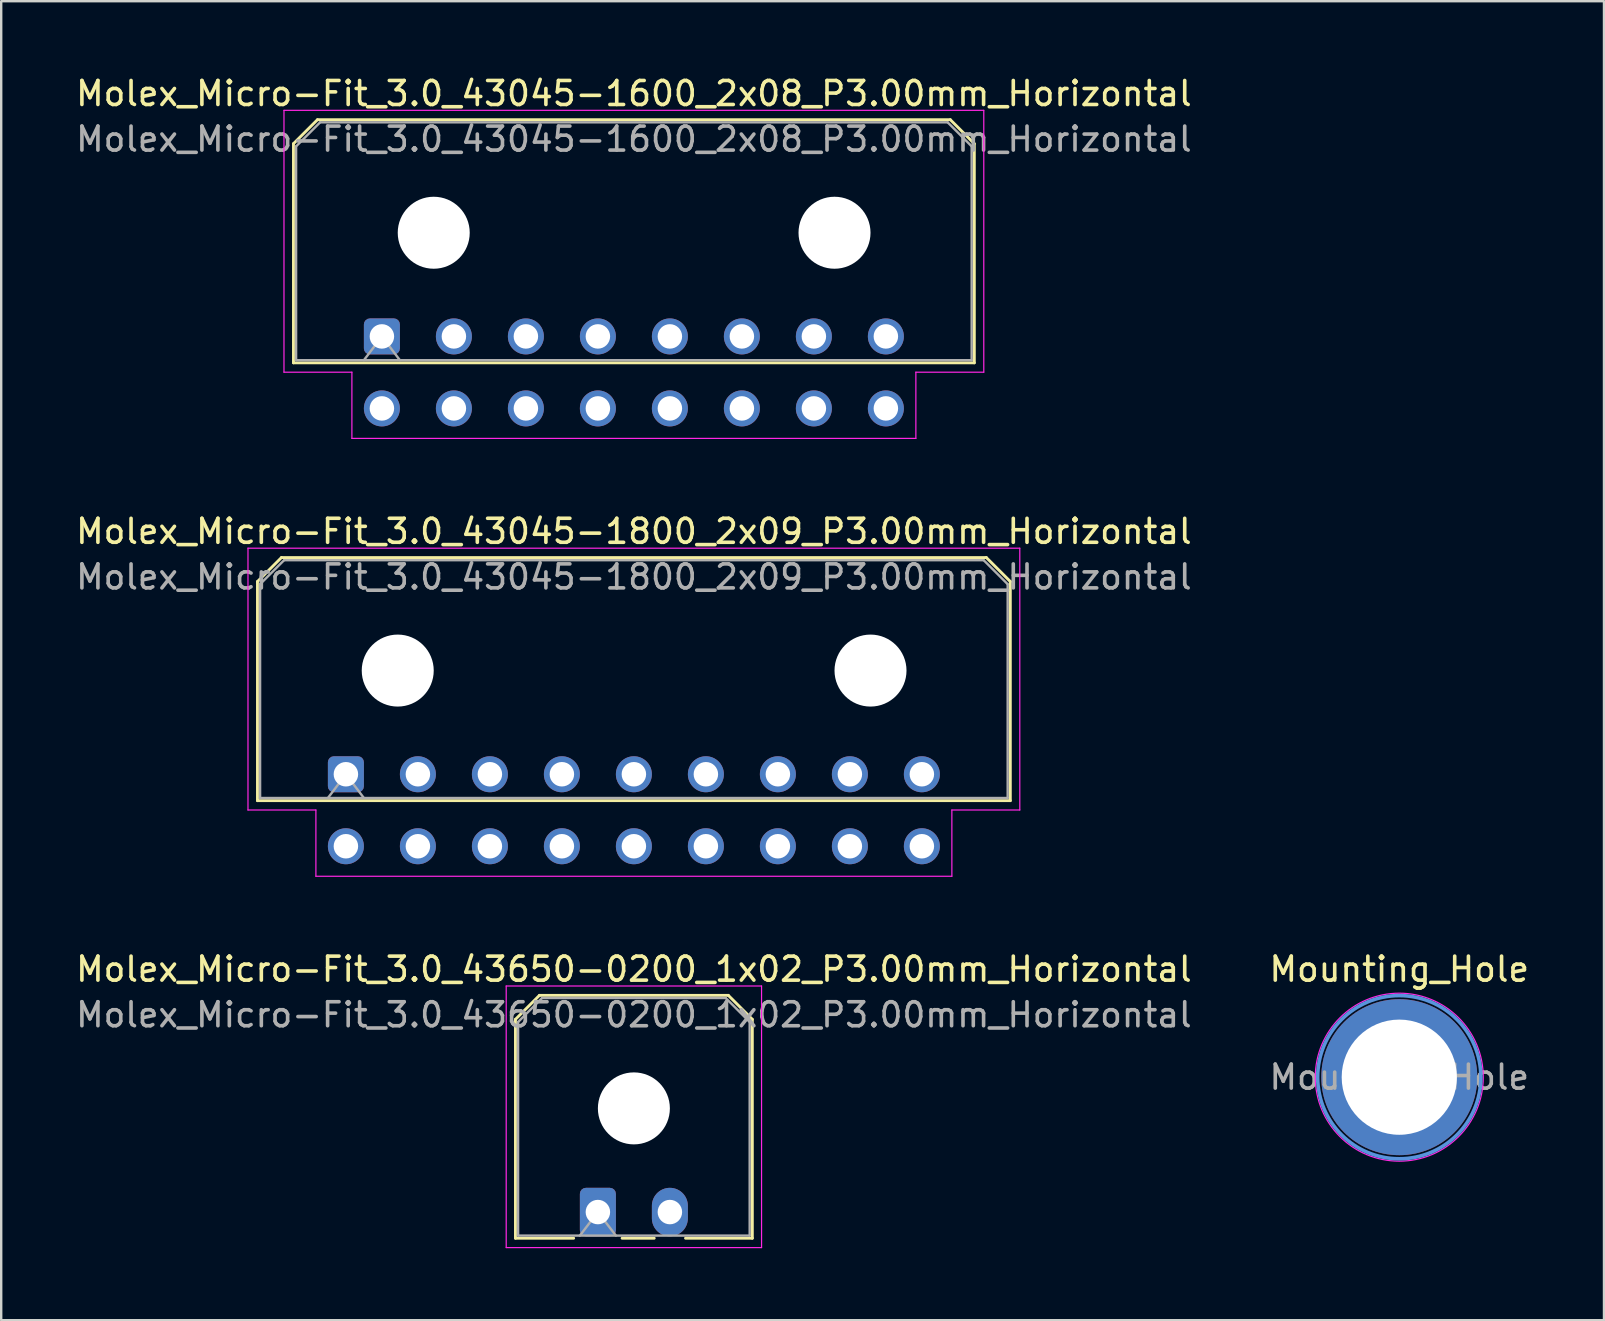
<source format=kicad_pcb>
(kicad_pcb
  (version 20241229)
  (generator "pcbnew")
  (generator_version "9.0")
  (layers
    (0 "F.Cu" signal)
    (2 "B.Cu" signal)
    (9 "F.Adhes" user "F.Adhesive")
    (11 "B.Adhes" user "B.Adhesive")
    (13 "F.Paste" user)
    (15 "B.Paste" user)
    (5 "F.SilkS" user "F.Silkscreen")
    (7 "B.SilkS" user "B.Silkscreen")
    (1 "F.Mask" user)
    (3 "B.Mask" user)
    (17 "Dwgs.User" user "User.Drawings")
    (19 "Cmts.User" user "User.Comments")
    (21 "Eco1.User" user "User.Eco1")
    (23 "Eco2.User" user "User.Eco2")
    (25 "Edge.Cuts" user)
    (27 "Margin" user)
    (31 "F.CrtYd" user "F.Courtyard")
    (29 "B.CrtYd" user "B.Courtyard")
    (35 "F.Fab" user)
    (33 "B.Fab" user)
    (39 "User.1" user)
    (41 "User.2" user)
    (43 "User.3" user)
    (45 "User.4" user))
  (footprint "Molex_Micro-Fit_3.0_43045-1600_2x08_P3.00mm_Horizontal"
    (layer "F.Cu")
    (at 12.863 10.968)
    (property "Reference" "Molex_Micro-Fit_3.0_43045-1600_2x08_P3.00mm_Horizontal" (at 10.5 -10.12 180) (layer "F.SilkS") (effects (font (size 1 1) (thickness 0.15))))
    (attr through_hole)
    (fp_line (start -3.685 -8.03) (end -2.685 -9.03) (stroke (width 0.12) (type solid)) (layer "F.SilkS"))
    (fp_line (start -3.685 1.1) (end -3.685 -8.03) (stroke (width 0.12) (type solid)) (layer "F.SilkS"))
    (fp_line (start -2.685 -9.03) (end 23.685 -9.03) (stroke (width 0.12) (type solid)) (layer "F.SilkS"))
    (fp_line (start 23.685 -9.03) (end 24.685 -8.03) (stroke (width 0.12) (type solid)) (layer "F.SilkS"))
    (fp_line (start 24.685 -8.03) (end 24.685 1.1) (stroke (width 0.12) (type solid)) (layer "F.SilkS"))
    (fp_line (start 24.685 1.1) (end -3.685 1.1) (stroke (width 0.12) (type solid)) (layer "F.SilkS"))
    (fp_line (start -4.08 -9.42) (end 25.08 -9.42) (stroke (width 0.05) (type solid)) (layer "F.CrtYd"))
    (fp_line (start -4.08 1.49) (end -4.08 -9.42) (stroke (width 0.05) (type solid)) (layer "F.CrtYd"))
    (fp_line (start -1.25 1.49) (end -4.08 1.49) (stroke (width 0.05) (type solid)) (layer "F.CrtYd"))
    (fp_line (start -1.25 4.25) (end -1.25 1.49) (stroke (width 0.05) (type solid)) (layer "F.CrtYd"))
    (fp_line (start 22.25 1.49) (end 22.25 4.25) (stroke (width 0.05) (type solid)) (layer "F.CrtYd"))
    (fp_line (start 22.25 4.25) (end -1.25 4.25) (stroke (width 0.05) (type solid)) (layer "F.CrtYd"))
    (fp_line (start 25.08 -9.42) (end 25.08 1.49) (stroke (width 0.05) (type solid)) (layer "F.CrtYd"))
    (fp_line (start 25.08 1.49) (end 22.25 1.49) (stroke (width 0.05) (type solid)) (layer "F.CrtYd"))
    (fp_line (start -3.575 -7.92) (end -2.575 -8.92) (stroke (width 0.1) (type solid)) (layer "F.Fab"))
    (fp_line (start -3.575 0.99) (end -3.575 -7.92) (stroke (width 0.1) (type solid)) (layer "F.Fab"))
    (fp_line (start -2.575 -8.92) (end 23.575 -8.92) (stroke (width 0.1) (type solid)) (layer "F.Fab"))
    (fp_line (start -0.75 0.99) (end 0 0) (stroke (width 0.1) (type solid)) (layer "F.Fab"))
    (fp_line (start 0 0) (end 0.75 0.99) (stroke (width 0.1) (type solid)) (layer "F.Fab"))
    (fp_line (start 23.575 -8.92) (end 24.575 -7.92) (stroke (width 0.1) (type solid)) (layer "F.Fab"))
    (fp_line (start 24.575 -7.92) (end 24.575 0.99) (stroke (width 0.1) (type solid)) (layer "F.Fab"))
    (fp_line (start 24.575 0.99) (end -3.575 0.99) (stroke (width 0.1) (type solid)) (layer "F.Fab"))
    (fp_text user "${REFERENCE}" (at 10.5 -8.22 180) (layer "F.Fab") (effects (font (size 1 1) (thickness 0.15))))
    (pad "" np_thru_hole circle (at 2.16 -4.32) (size 3 3) (drill 3) (layers "*.Cu" "*.Mask"))
    (pad "" np_thru_hole circle (at 18.86 -4.32) (size 3 3) (drill 3) (layers "*.Cu" "*.Mask"))
    (pad "1" thru_hole roundrect (at 0 0) (size 1.5 1.5) (drill 1.02) (layers "*.Cu" "*.Mask") (roundrect_rratio 0.167))
    (pad "2" thru_hole circle (at 3 0) (size 1.5 1.5) (drill 1.02) (layers "*.Cu" "*.Mask"))
    (pad "3" thru_hole circle (at 6 0) (size 1.5 1.5) (drill 1.02) (layers "*.Cu" "*.Mask"))
    (pad "4" thru_hole circle (at 9 0) (size 1.5 1.5) (drill 1.02) (layers "*.Cu" "*.Mask"))
    (pad "5" thru_hole circle (at 12 0) (size 1.5 1.5) (drill 1.02) (layers "*.Cu" "*.Mask"))
    (pad "6" thru_hole circle (at 15 0) (size 1.5 1.5) (drill 1.02) (layers "*.Cu" "*.Mask"))
    (pad "7" thru_hole circle (at 18 0) (size 1.5 1.5) (drill 1.02) (layers "*.Cu" "*.Mask"))
    (pad "8" thru_hole circle (at 21 0) (size 1.5 1.5) (drill 1.02) (layers "*.Cu" "*.Mask"))
    (pad "9" thru_hole circle (at 0 3) (size 1.5 1.5) (drill 1.02) (layers "*.Cu" "*.Mask"))
    (pad "10" thru_hole circle (at 3 3) (size 1.5 1.5) (drill 1.02) (layers "*.Cu" "*.Mask"))
    (pad "11" thru_hole circle (at 6 3) (size 1.5 1.5) (drill 1.02) (layers "*.Cu" "*.Mask"))
    (pad "12" thru_hole circle (at 9 3) (size 1.5 1.5) (drill 1.02) (layers "*.Cu" "*.Mask"))
    (pad "13" thru_hole circle (at 12 3) (size 1.5 1.5) (drill 1.02) (layers "*.Cu" "*.Mask"))
    (pad "14" thru_hole circle (at 15 3) (size 1.5 1.5) (drill 1.02) (layers "*.Cu" "*.Mask"))
    (pad "15" thru_hole circle (at 18 3) (size 1.5 1.5) (drill 1.02) (layers "*.Cu" "*.Mask"))
    (pad "16" thru_hole circle (at 21 3) (size 1.5 1.5) (drill 1.02) (layers "*.Cu" "*.Mask")))
  (footprint "Molex_Micro-Fit_3.0_43650-0200_1x02_P3.00mm_Horizontal"
    (layer "F.Cu")
    (at 21.863 47.455)
    (property "Reference" "Molex_Micro-Fit_3.0_43650-0200_1x02_P3.00mm_Horizontal" (at 1.5 -10.12 0) (layer "F.SilkS") (effects (font (size 1 1) (thickness 0.15))))
    (attr through_hole)
    (fp_line (start -3.435 -8.03) (end -2.435 -9.03) (stroke (width 0.12) (type solid)) (layer "F.SilkS"))
    (fp_line (start -3.435 1.09) (end -3.435 -8.03) (stroke (width 0.12) (type solid)) (layer "F.SilkS"))
    (fp_line (start -3.435 1.09) (end -1.01 1.09) (stroke (width 0.12) (type solid)) (layer "F.SilkS"))
    (fp_line (start -2.435 -9.03) (end 5.435 -9.03) (stroke (width 0.12) (type solid)) (layer "F.SilkS"))
    (fp_line (start 1.01 1.09) (end 2.348 1.09) (stroke (width 0.12) (type solid)) (layer "F.SilkS"))
    (fp_line (start 5.435 -9.03) (end 6.435 -8.03) (stroke (width 0.12) (type solid)) (layer "F.SilkS"))
    (fp_line (start 6.435 -8.03) (end 6.435 1.09) (stroke (width 0.12) (type solid)) (layer "F.SilkS"))
    (fp_line (start 6.435 1.09) (end 3.652 1.09) (stroke (width 0.12) (type solid)) (layer "F.SilkS"))
    (fp_line (start -3.82 -9.42) (end 6.82 -9.42) (stroke (width 0.05) (type solid)) (layer "F.CrtYd"))
    (fp_line (start -3.82 1.48) (end -3.82 -9.42) (stroke (width 0.05) (type solid)) (layer "F.CrtYd"))
    (fp_line (start 6.82 -9.42) (end 6.82 1.48) (stroke (width 0.05) (type solid)) (layer "F.CrtYd"))
    (fp_line (start 6.82 1.48) (end -3.82 1.48) (stroke (width 0.05) (type solid)) (layer "F.CrtYd"))
    (fp_line (start -3.325 -7.92) (end -2.325 -8.92) (stroke (width 0.1) (type solid)) (layer "F.Fab"))
    (fp_line (start -3.325 0.98) (end -3.325 -7.92) (stroke (width 0.1) (type solid)) (layer "F.Fab"))
    (fp_line (start -2.325 -8.92) (end 5.325 -8.92) (stroke (width 0.1) (type solid)) (layer "F.Fab"))
    (fp_line (start -0.75 0.98) (end 0 0) (stroke (width 0.1) (type solid)) (layer "F.Fab"))
    (fp_line (start 0 0) (end 0.75 0.98) (stroke (width 0.1) (type solid)) (layer "F.Fab"))
    (fp_line (start 5.325 -8.92) (end 6.325 -7.92) (stroke (width 0.1) (type solid)) (layer "F.Fab"))
    (fp_line (start 6.325 -7.92) (end 6.325 0.98) (stroke (width 0.1) (type solid)) (layer "F.Fab"))
    (fp_line (start 6.325 0.98) (end -3.325 0.98) (stroke (width 0.1) (type solid)) (layer "F.Fab"))
    (fp_text user "${REFERENCE}" (at 1.5 -8.22 0) (layer "F.Fab") (effects (font (size 1 1) (thickness 0.15))))
    (pad "" np_thru_hole circle (at 1.5 -4.32) (size 3 3) (drill 3) (layers "*.Cu" "*.Mask"))
    (pad "1" thru_hole roundrect (at 0 0) (size 1.5 2.02) (drill 1.02) (layers "*.Cu" "*.Mask") (roundrect_rratio 0.167))
    (pad "2" thru_hole oval (at 3 0) (size 1.5 2.02) (drill 1.02) (layers "*.Cu" "*.Mask")))
  (footprint "Mounting_Hole"
    (layer "F.Cu")
    (at 55.256 41.835)
    (property "Reference" "Mounting_Hole" (at 0 -4.5 0) (layer "F.SilkS") (effects (font (size 1 1) (thickness 0.15))))
    (attr exclude_from_pos_files exclude_from_bom)
    (fp_circle (center 0 0) (end 3.4 0) (stroke (width 0.15) (type solid)) (fill no) (layer "Cmts.User"))
    (fp_circle (center 0 0) (end 3.5 0) (stroke (width 0.05) (type solid)) (fill no) (layer "F.CrtYd"))
    (fp_text user "${REFERENCE}" (at 0 0 0) (layer "F.Fab") (effects (font (size 1 1) (thickness 0.15))))
    (pad "1" thru_hole circle (at 0 0) (size 6.5 6.5) (drill 4.8) (layers "*.Cu" "*.Mask")))
  (footprint "Molex_Micro-Fit_3.0_43045-1800_2x09_P3.00mm_Horizontal"
    (layer "F.Cu")
    (at 11.363 29.212)
    (property "Reference" "Molex_Micro-Fit_3.0_43045-1800_2x09_P3.00mm_Horizontal" (at 12 -10.12 0) (layer "F.SilkS") (effects (font (size 1 1) (thickness 0.15))))
    (attr through_hole)
    (fp_line (start -3.685 -8.03) (end -2.685 -9.03) (stroke (width 0.12) (type solid)) (layer "F.SilkS"))
    (fp_line (start -3.685 1.1) (end -3.685 -8.03) (stroke (width 0.12) (type solid)) (layer "F.SilkS"))
    (fp_line (start -2.685 -9.03) (end 26.685 -9.03) (stroke (width 0.12) (type solid)) (layer "F.SilkS"))
    (fp_line (start 26.685 -9.03) (end 27.685 -8.03) (stroke (width 0.12) (type solid)) (layer "F.SilkS"))
    (fp_line (start 27.685 -8.03) (end 27.685 1.1) (stroke (width 0.12) (type solid)) (layer "F.SilkS"))
    (fp_line (start 27.685 1.1) (end -3.685 1.1) (stroke (width 0.12) (type solid)) (layer "F.SilkS"))
    (fp_line (start -4.08 -9.42) (end 28.08 -9.42) (stroke (width 0.05) (type solid)) (layer "F.CrtYd"))
    (fp_line (start -4.08 1.49) (end -4.08 -9.42) (stroke (width 0.05) (type solid)) (layer "F.CrtYd"))
    (fp_line (start -1.25 1.49) (end -4.08 1.49) (stroke (width 0.05) (type solid)) (layer "F.CrtYd"))
    (fp_line (start -1.25 4.25) (end -1.25 1.49) (stroke (width 0.05) (type solid)) (layer "F.CrtYd"))
    (fp_line (start 25.25 1.49) (end 25.25 4.25) (stroke (width 0.05) (type solid)) (layer "F.CrtYd"))
    (fp_line (start 25.25 4.25) (end -1.25 4.25) (stroke (width 0.05) (type solid)) (layer "F.CrtYd"))
    (fp_line (start 28.08 -9.42) (end 28.08 1.49) (stroke (width 0.05) (type solid)) (layer "F.CrtYd"))
    (fp_line (start 28.08 1.49) (end 25.25 1.49) (stroke (width 0.05) (type solid)) (layer "F.CrtYd"))
    (fp_line (start -3.575 -7.92) (end -2.575 -8.92) (stroke (width 0.1) (type solid)) (layer "F.Fab"))
    (fp_line (start -3.575 0.99) (end -3.575 -7.92) (stroke (width 0.1) (type solid)) (layer "F.Fab"))
    (fp_line (start -2.575 -8.92) (end 26.575 -8.92) (stroke (width 0.1) (type solid)) (layer "F.Fab"))
    (fp_line (start -0.75 0.99) (end 0 0) (stroke (width 0.1) (type solid)) (layer "F.Fab"))
    (fp_line (start 0 0) (end 0.75 0.99) (stroke (width 0.1) (type solid)) (layer "F.Fab"))
    (fp_line (start 26.575 -8.92) (end 27.575 -7.92) (stroke (width 0.1) (type solid)) (layer "F.Fab"))
    (fp_line (start 27.575 -7.92) (end 27.575 0.99) (stroke (width 0.1) (type solid)) (layer "F.Fab"))
    (fp_line (start 27.575 0.99) (end -3.575 0.99) (stroke (width 0.1) (type solid)) (layer "F.Fab"))
    (fp_text user "${REFERENCE}" (at 12 -8.22 0) (layer "F.Fab") (effects (font (size 1 1) (thickness 0.15))))
    (pad "" np_thru_hole circle (at 2.16 -4.32) (size 3 3) (drill 3) (layers "*.Cu" "*.Mask"))
    (pad "" np_thru_hole circle (at 21.86 -4.32) (size 3 3) (drill 3) (layers "*.Cu" "*.Mask"))
    (pad "1" thru_hole roundrect (at 0 0) (size 1.5 1.5) (drill 1.02) (layers "*.Cu" "*.Mask") (roundrect_rratio 0.167))
    (pad "2" thru_hole circle (at 3 0) (size 1.5 1.5) (drill 1.02) (layers "*.Cu" "*.Mask"))
    (pad "3" thru_hole circle (at 6 0) (size 1.5 1.5) (drill 1.02) (layers "*.Cu" "*.Mask"))
    (pad "4" thru_hole circle (at 9 0) (size 1.5 1.5) (drill 1.02) (layers "*.Cu" "*.Mask"))
    (pad "5" thru_hole circle (at 12 0) (size 1.5 1.5) (drill 1.02) (layers "*.Cu" "*.Mask"))
    (pad "6" thru_hole circle (at 15 0) (size 1.5 1.5) (drill 1.02) (layers "*.Cu" "*.Mask"))
    (pad "7" thru_hole circle (at 18 0) (size 1.5 1.5) (drill 1.02) (layers "*.Cu" "*.Mask"))
    (pad "8" thru_hole circle (at 21 0) (size 1.5 1.5) (drill 1.02) (layers "*.Cu" "*.Mask"))
    (pad "9" thru_hole circle (at 24 0) (size 1.5 1.5) (drill 1.02) (layers "*.Cu" "*.Mask"))
    (pad "10" thru_hole circle (at 0 3) (size 1.5 1.5) (drill 1.02) (layers "*.Cu" "*.Mask"))
    (pad "11" thru_hole circle (at 3 3) (size 1.5 1.5) (drill 1.02) (layers "*.Cu" "*.Mask"))
    (pad "12" thru_hole circle (at 6 3) (size 1.5 1.5) (drill 1.02) (layers "*.Cu" "*.Mask"))
    (pad "13" thru_hole circle (at 9 3) (size 1.5 1.5) (drill 1.02) (layers "*.Cu" "*.Mask"))
    (pad "14" thru_hole circle (at 12 3) (size 1.5 1.5) (drill 1.02) (layers "*.Cu" "*.Mask"))
    (pad "15" thru_hole circle (at 15 3) (size 1.5 1.5) (drill 1.02) (layers "*.Cu" "*.Mask"))
    (pad "16" thru_hole circle (at 18 3) (size 1.5 1.5) (drill 1.02) (layers "*.Cu" "*.Mask"))
    (pad "17" thru_hole circle (at 21 3) (size 1.5 1.5) (drill 1.02) (layers "*.Cu" "*.Mask"))
    (pad "18" thru_hole circle (at 24 3) (size 1.5 1.5) (drill 1.02) (layers "*.Cu" "*.Mask")))
  (gr_rect
    (start -3 -3)
    (end 63.786 51.96)
    (stroke (width 0.1) (type default))
    (fill no)
    (layer "Edge.Cuts")))
</source>
